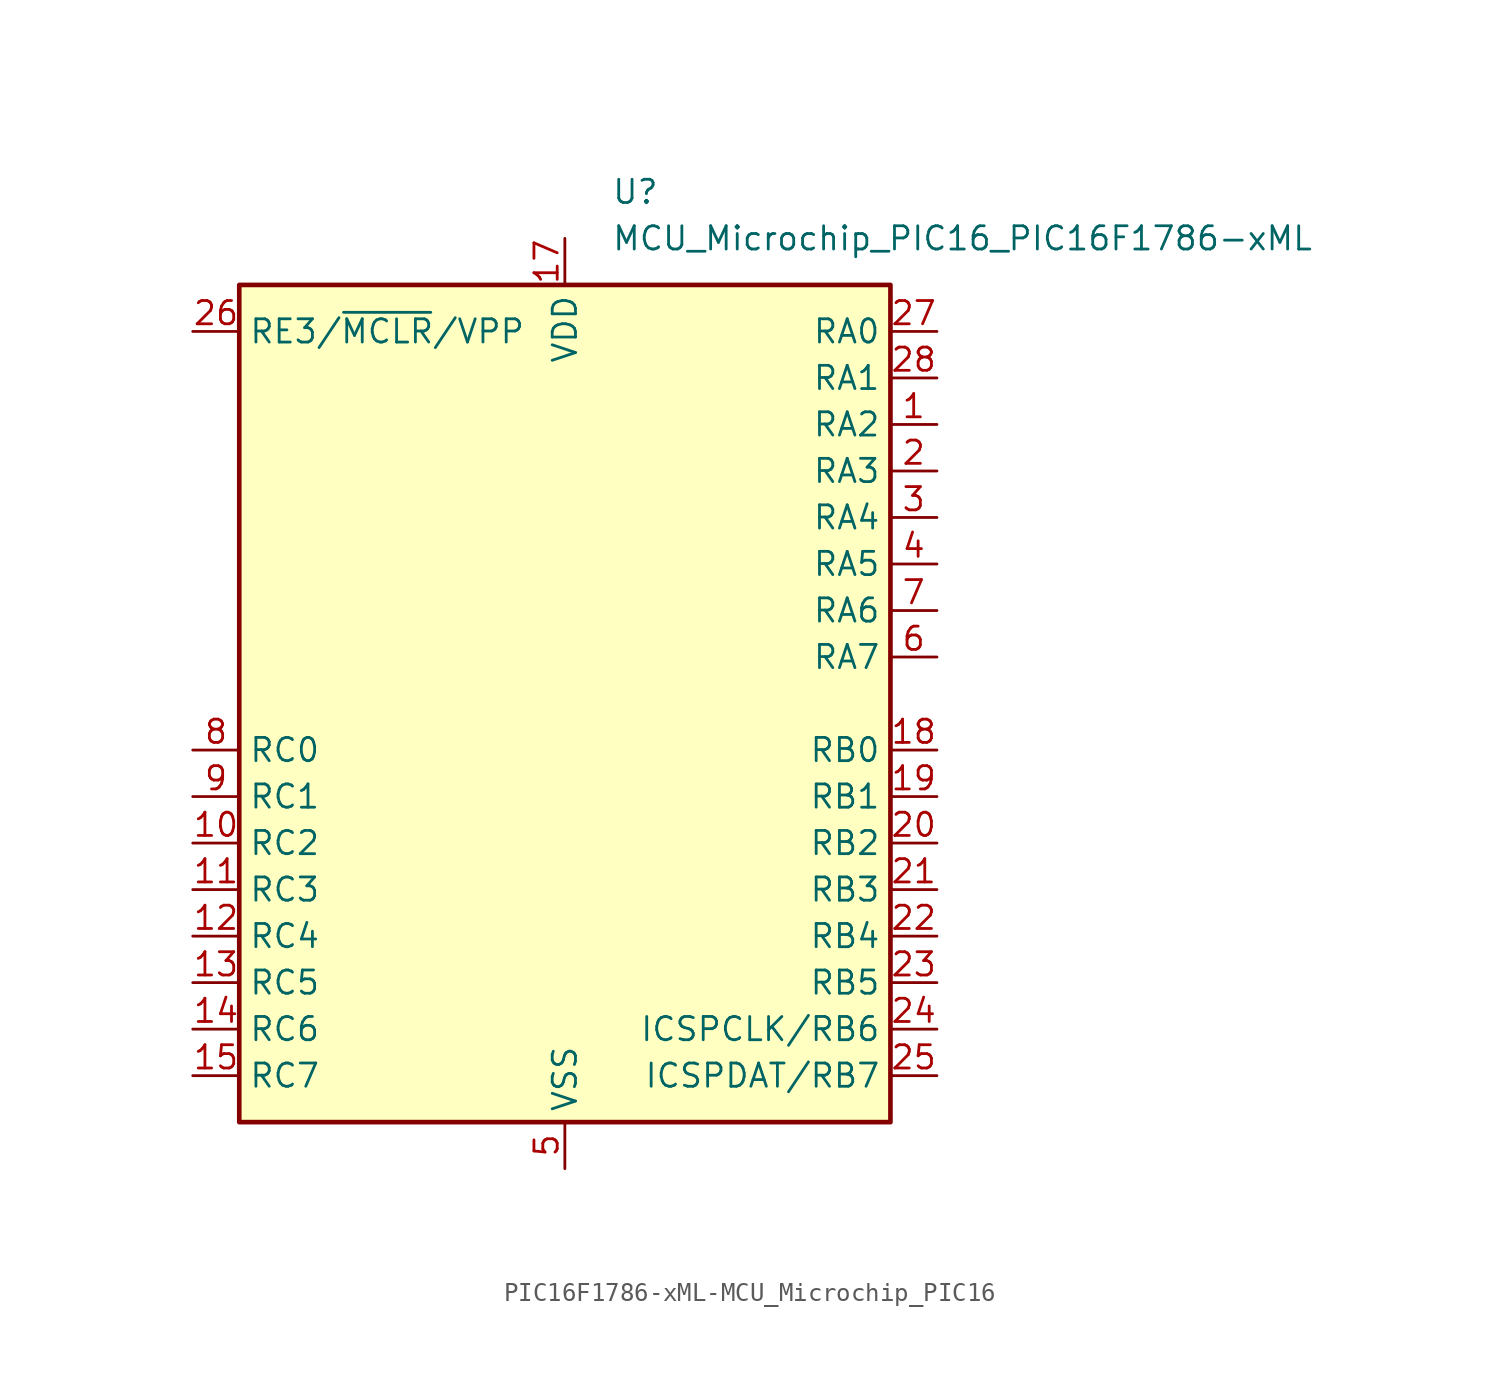
<source format=kicad_sym>
(kicad_symbol_lib
  (version 20220914)
  (generator kicad_symbol_editor)
  (symbol "PIC16F1786-xML-MCU_Microchip_PIC16"
    (property "Reference" "U"
      (at 2.54 27.94 0)
      (effects (font (size 1.27 1.27)) (justify left)))
    (property "Value" "MCU_Microchip_PIC16_PIC16F1786-xML"
      (at 2.54 25.4 0)
      (effects (font (size 1.27 1.27)) (justify left)))
    (symbol "PIC16F1786-xML-MCU_Microchip_PIC16_0_1"
      (rectangle (start -17.78 -22.86) (end 17.78 22.86) (stroke (width 0.254) (type solid)) (fill (type background))))
    (symbol "PIC16F1786-xML-MCU_Microchip_PIC16_1_1"
      (pin bidirectional line (at 20.32 15.24 180) (length 2.54) (name "RA2" (effects (font (size 1.27 1.27)))) (number "1" (effects (font (size 1.27 1.27)))))
      (pin bidirectional line (at -20.32 -7.62 0) (length 2.54) (name "RC2" (effects (font (size 1.27 1.27)))) (number "10" (effects (font (size 1.27 1.27)))))
      (pin bidirectional line (at -20.32 -10.16 0) (length 2.54) (name "RC3" (effects (font (size 1.27 1.27)))) (number "11" (effects (font (size 1.27 1.27)))))
      (pin bidirectional line (at -20.32 -12.7 0) (length 2.54) (name "RC4" (effects (font (size 1.27 1.27)))) (number "12" (effects (font (size 1.27 1.27)))))
      (pin bidirectional line (at -20.32 -15.24 0) (length 2.54) (name "RC5" (effects (font (size 1.27 1.27)))) (number "13" (effects (font (size 1.27 1.27)))))
      (pin bidirectional line (at -20.32 -17.78 0) (length 2.54) (name "RC6" (effects (font (size 1.27 1.27)))) (number "14" (effects (font (size 1.27 1.27)))))
      (pin bidirectional line (at -20.32 -20.32 0) (length 2.54) (name "RC7" (effects (font (size 1.27 1.27)))) (number "15" (effects (font (size 1.27 1.27)))))
      (pin passive line (at 0 -25.4 90) (length 2.54) hide (name "VSS" (effects (font (size 1.27 1.27)))) (number "16" (effects (font (size 1.27 1.27)))))
      (pin power_in line (at 0 25.4 270) (length 2.54) (name "VDD" (effects (font (size 1.27 1.27)))) (number "17" (effects (font (size 1.27 1.27)))))
      (pin bidirectional line (at 20.32 -2.54 180) (length 2.54) (name "RB0" (effects (font (size 1.27 1.27)))) (number "18" (effects (font (size 1.27 1.27)))))
      (pin bidirectional line (at 20.32 -5.08 180) (length 2.54) (name "RB1" (effects (font (size 1.27 1.27)))) (number "19" (effects (font (size 1.27 1.27)))))
      (pin bidirectional line (at 20.32 12.7 180) (length 2.54) (name "RA3" (effects (font (size 1.27 1.27)))) (number "2" (effects (font (size 1.27 1.27)))))
      (pin bidirectional line (at 20.32 -7.62 180) (length 2.54) (name "RB2" (effects (font (size 1.27 1.27)))) (number "20" (effects (font (size 1.27 1.27)))))
      (pin bidirectional line (at 20.32 -10.16 180) (length 2.54) (name "RB3" (effects (font (size 1.27 1.27)))) (number "21" (effects (font (size 1.27 1.27)))))
      (pin bidirectional line (at 20.32 -12.7 180) (length 2.54) (name "RB4" (effects (font (size 1.27 1.27)))) (number "22" (effects (font (size 1.27 1.27)))))
      (pin bidirectional line (at 20.32 -15.24 180) (length 2.54) (name "RB5" (effects (font (size 1.27 1.27)))) (number "23" (effects (font (size 1.27 1.27)))))
      (pin bidirectional line (at 20.32 -17.78 180) (length 2.54) (name "ICSPCLK/RB6" (effects (font (size 1.27 1.27)))) (number "24" (effects (font (size 1.27 1.27)))))
      (pin bidirectional line (at 20.32 -20.32 180) (length 2.54) (name "ICSPDAT/RB7" (effects (font (size 1.27 1.27)))) (number "25" (effects (font (size 1.27 1.27)))))
      (pin input line (at -20.32 20.32 0) (length 2.54) (name "RE3/~{MCLR}/VPP" (effects (font (size 1.27 1.27)))) (number "26" (effects (font (size 1.27 1.27)))))
      (pin bidirectional line (at 20.32 20.32 180) (length 2.54) (name "RA0" (effects (font (size 1.27 1.27)))) (number "27" (effects (font (size 1.27 1.27)))))
      (pin bidirectional line (at 20.32 17.78 180) (length 2.54) (name "RA1" (effects (font (size 1.27 1.27)))) (number "28" (effects (font (size 1.27 1.27)))))
      (pin bidirectional line (at 20.32 10.16 180) (length 2.54) (name "RA4" (effects (font (size 1.27 1.27)))) (number "3" (effects (font (size 1.27 1.27)))))
      (pin bidirectional line (at 20.32 7.62 180) (length 2.54) (name "RA5" (effects (font (size 1.27 1.27)))) (number "4" (effects (font (size 1.27 1.27)))))
      (pin power_in line (at 0 -25.4 90) (length 2.54) (name "VSS" (effects (font (size 1.27 1.27)))) (number "5" (effects (font (size 1.27 1.27)))))
      (pin bidirectional line (at 20.32 2.54 180) (length 2.54) (name "RA7" (effects (font (size 1.27 1.27)))) (number "6" (effects (font (size 1.27 1.27)))))
      (pin bidirectional line (at 20.32 5.08 180) (length 2.54) (name "RA6" (effects (font (size 1.27 1.27)))) (number "7" (effects (font (size 1.27 1.27)))))
      (pin bidirectional line (at -20.32 -2.54 0) (length 2.54) (name "RC0" (effects (font (size 1.27 1.27)))) (number "8" (effects (font (size 1.27 1.27)))))
      (pin bidirectional line (at -20.32 -5.08 0) (length 2.54) (name "RC1" (effects (font (size 1.27 1.27)))) (number "9" (effects (font (size 1.27 1.27))))))))
</source>
